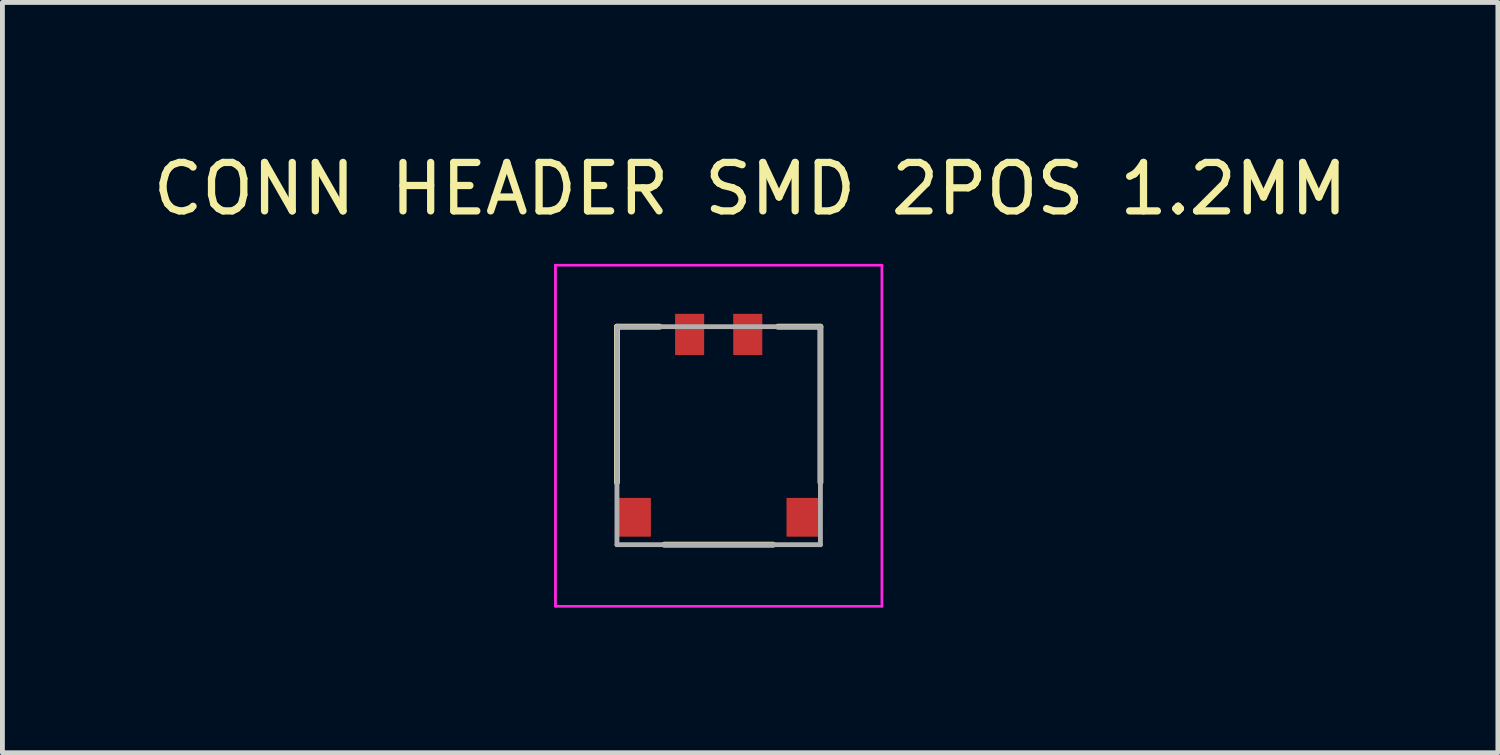
<source format=kicad_pcb>
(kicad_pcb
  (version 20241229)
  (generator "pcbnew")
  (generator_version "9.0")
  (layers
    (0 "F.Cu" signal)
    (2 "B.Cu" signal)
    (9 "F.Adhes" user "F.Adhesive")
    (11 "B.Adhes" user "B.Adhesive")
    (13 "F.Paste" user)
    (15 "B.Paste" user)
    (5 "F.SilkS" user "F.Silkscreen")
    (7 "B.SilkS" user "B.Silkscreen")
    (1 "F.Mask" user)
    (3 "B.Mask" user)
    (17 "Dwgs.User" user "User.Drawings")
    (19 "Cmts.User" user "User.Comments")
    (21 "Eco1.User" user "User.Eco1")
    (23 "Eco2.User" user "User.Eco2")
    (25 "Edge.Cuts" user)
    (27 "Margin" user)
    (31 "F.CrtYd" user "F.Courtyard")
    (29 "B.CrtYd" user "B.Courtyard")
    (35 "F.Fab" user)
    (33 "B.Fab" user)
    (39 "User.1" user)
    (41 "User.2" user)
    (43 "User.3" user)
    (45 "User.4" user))
  (footprint "CONN HEADER SMD 2POS 1.2MM"
    (layer "F.Cu")
    (at 11.835 5.928)
    (property "Reference" "CONN HEADER SMD 2POS 1.2MM" (at 0.6 -5.08 0) (layer "F.SilkS") (effects (font (size 1 1) (thickness 0.15))))
    (attr through_hole)
    (fp_line (start -2.15 -2.235) (end -2.15 0.98) (stroke (width 0.12) (type solid)) (layer "F.SilkS"))
    (fp_line (start -1.27 -2.235) (end -2.15 -2.235) (stroke (width 0.12) (type solid)) (layer "F.SilkS"))
    (fp_line (start -1.176 2.265) (end 1.076 2.265) (stroke (width 0.12) (type solid)) (layer "F.SilkS"))
    (fp_line (start 2.05 -2.235) (end 1.17 -2.235) (stroke (width 0.12) (type solid)) (layer "F.SilkS"))
    (fp_line (start 2.05 0.98) (end 2.05 -2.235) (stroke (width 0.12) (type solid)) (layer "F.SilkS"))
    (fp_line (start -3.42 -3.505) (end -3.42 3.535) (stroke (width 0.05) (type solid)) (layer "F.CrtYd"))
    (fp_line (start -3.42 -3.505) (end -3.42 3.535) (stroke (width 0.05) (type solid)) (layer "F.CrtYd"))
    (fp_line (start -3.42 3.535) (end 3.32 3.535) (stroke (width 0.05) (type solid)) (layer "F.CrtYd"))
    (fp_line (start -3.42 3.535) (end 3.32 3.535) (stroke (width 0.05) (type solid)) (layer "F.CrtYd"))
    (fp_line (start 3.32 -3.505) (end -3.42 -3.505) (stroke (width 0.05) (type solid)) (layer "F.CrtYd"))
    (fp_line (start 3.32 -3.505) (end -3.42 -3.505) (stroke (width 0.05) (type solid)) (layer "F.CrtYd"))
    (fp_line (start 3.32 3.535) (end 3.32 -3.505) (stroke (width 0.05) (type solid)) (layer "F.CrtYd"))
    (fp_line (start 3.32 3.535) (end 3.32 -3.505) (stroke (width 0.05) (type solid)) (layer "F.CrtYd"))
    (fp_line (start -2.15 -2.235) (end -2.15 2.265) (stroke (width 0.1) (type solid)) (layer "F.Fab"))
    (fp_line (start -2.15 2.265) (end 2.05 2.265) (stroke (width 0.1) (type solid)) (layer "F.Fab"))
    (fp_line (start 2.05 -2.235) (end -2.15 -2.235) (stroke (width 0.1) (type solid)) (layer "F.Fab"))
    (fp_line (start 2.05 2.265) (end 2.05 -2.235) (stroke (width 0.1) (type solid)) (layer "F.Fab"))
    (pad "1" smd rect (at -0.65 -2.075) (size 0.6 0.85) (layers "F.Cu" "F.Mask" "F.Paste"))
    (pad "2" smd rect (at 0.55 -2.075) (size 0.6 0.85) (layers "F.Cu" "F.Mask" "F.Paste"))
    (pad "3" smd rect (at -1.8 1.7) (size 0.7 0.8) (layers "F.Cu" "F.Mask" "F.Paste"))
    (pad "4" smd rect (at 1.7 1.7) (size 0.7 0.8) (layers "F.Cu" "F.Mask" "F.Paste")))
  (gr_rect
    (start -3 -3)
    (end 27.869 12.488)
    (stroke (width 0.1) (type default))
    (fill no)
    (layer "Edge.Cuts")))
</source>
